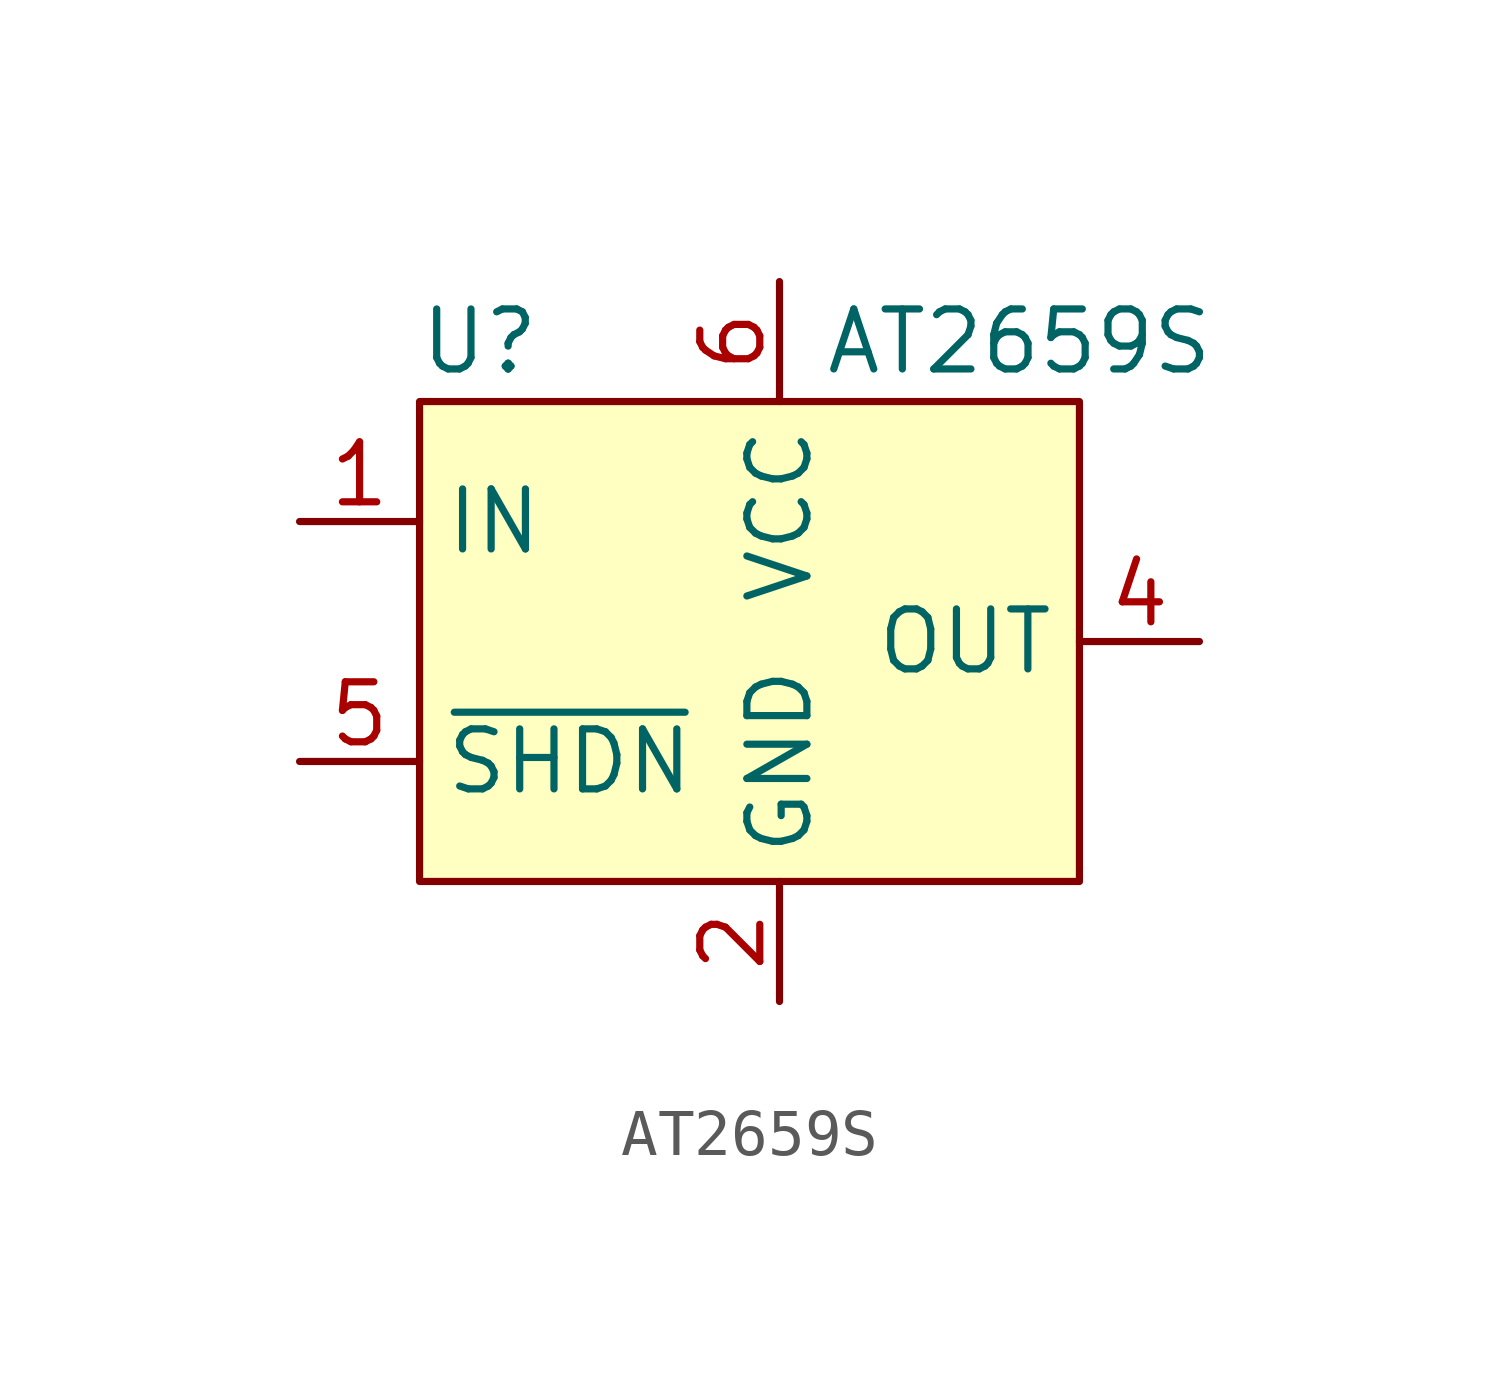
<source format=kicad_sym>
(kicad_symbol_lib
  (version 20211014)
  (generator kicad_symbol_editor)
  (symbol "AT2659S"
    (property "Reference" "U"
      (at -5.08 6.35 0)
      (effects (font (size 1.27 1.27))))
    (property "Value" "AT2659S"
      (at 6.35 6.35 0)
      (effects (font (size 1.27 1.27))))
    (symbol "AT2659S_0_0"
      (pin input line (at -8.89 2.54 0) (length 2.54) (name "IN" (effects (font (size 1.27 1.27)))) (number "1" (effects (font (size 1.27 1.27)))))
      (pin power_in line (at 1.27 -7.62 90) (length 2.54) (name "GND" (effects (font (size 1.27 1.27)))) (number "2" (effects (font (size 1.27 1.27)))))
      (pin passive line (at 1.27 -7.62 90) (length 2.54) hide (name "GND" (effects (font (size 1.27 1.27)))) (number "3" (effects (font (size 1.27 1.27)))))
      (pin output line (at 10.16 0 180) (length 2.54) (name "OUT" (effects (font (size 1.27 1.27)))) (number "4" (effects (font (size 1.27 1.27)))))
      (pin input line (at -8.89 -2.54 0) (length 2.54) (name "~{SHDN}" (effects (font (size 1.27 1.27)))) (number "5" (effects (font (size 1.27 1.27)))))
      (pin power_in line (at 1.27 7.62 270) (length 2.54) (name "VCC" (effects (font (size 1.27 1.27)))) (number "6" (effects (font (size 1.27 1.27))))))
    (symbol "AT2659S_0_1"
      (rectangle (start -6.35 5.08) (end 7.62 -5.08) (stroke (width 0) (type default) (color 0 0 0 0)) (fill (type background))))))
</source>
